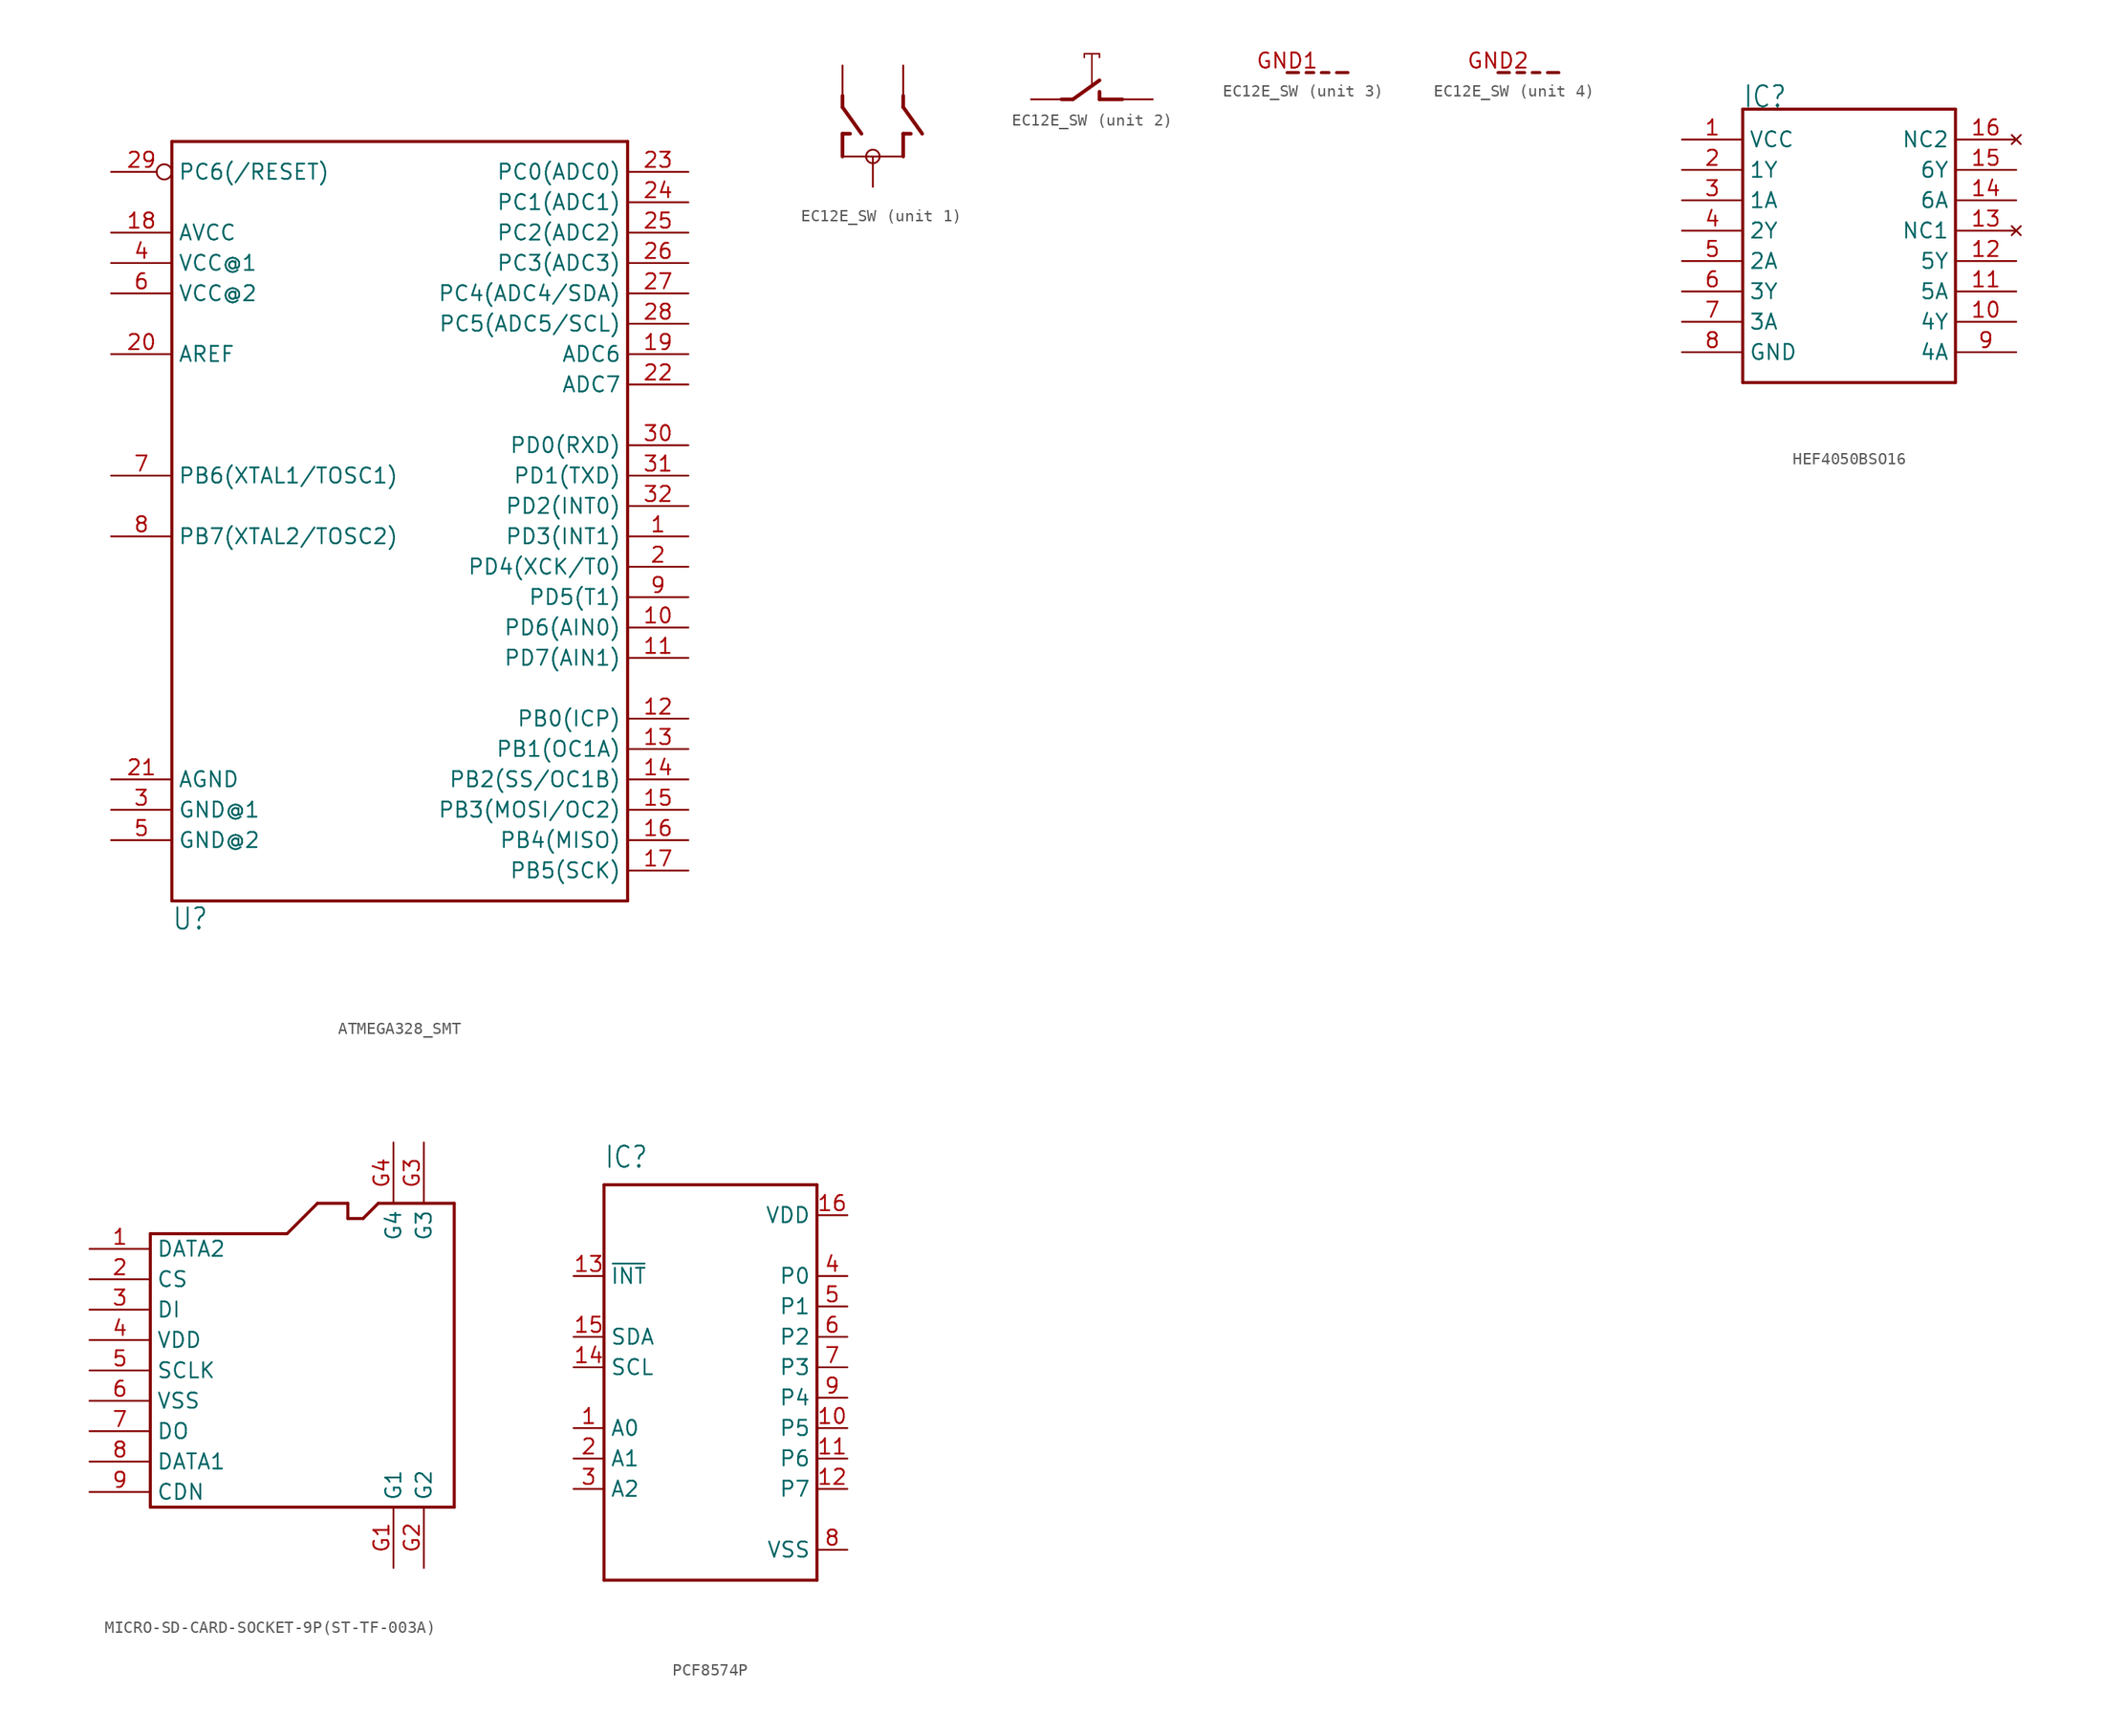
<source format=kicad_sym>
(kicad_symbol_lib
  (version 20220914)
  (generator kicad_symbol_editor)
  (symbol "ATMEGA328_SMT"
    (property "Reference" "U"
      (at -17.78 -38.1 0)
      (effects (font (size 1.778 1.511)) (justify left bottom)))
    (property "Value" ""
      (at -17.78 28.448 0)
      (effects (font (size 1.778 1.511)) (justify left bottom)))
    (property "ki_locked" ""
      (at 0 0 0)
      (effects (font (size 1.27 1.27))))
    (symbol "ATMEGA328_SMT_1_0"
      (polyline (pts (xy -17.78 -35.56) (xy -17.78 27.94)) (stroke (width 0.254) (type solid)) (fill (type none)))
      (polyline (pts (xy -17.78 27.94) (xy 20.32 27.94)) (stroke (width 0.254) (type solid)) (fill (type none)))
      (polyline (pts (xy 20.32 -35.56) (xy -17.78 -35.56)) (stroke (width 0.254) (type solid)) (fill (type none)))
      (polyline (pts (xy 20.32 27.94) (xy 20.32 -35.56)) (stroke (width 0.254) (type solid)) (fill (type none)))
      (pin bidirectional line (at 25.4 -5.08 180) (length 5.08) (name "PD3(INT1)" (effects (font (size 1.27 1.27)))) (number "1" (effects (font (size 1.27 1.27)))))
      (pin bidirectional line (at 25.4 -12.7 180) (length 5.08) (name "PD6(AIN0)" (effects (font (size 1.27 1.27)))) (number "10" (effects (font (size 1.27 1.27)))))
      (pin bidirectional line (at 25.4 -15.24 180) (length 5.08) (name "PD7(AIN1)" (effects (font (size 1.27 1.27)))) (number "11" (effects (font (size 1.27 1.27)))))
      (pin bidirectional line (at 25.4 -20.32 180) (length 5.08) (name "PB0(ICP)" (effects (font (size 1.27 1.27)))) (number "12" (effects (font (size 1.27 1.27)))))
      (pin bidirectional line (at 25.4 -22.86 180) (length 5.08) (name "PB1(OC1A)" (effects (font (size 1.27 1.27)))) (number "13" (effects (font (size 1.27 1.27)))))
      (pin bidirectional line (at 25.4 -25.4 180) (length 5.08) (name "PB2(SS/OC1B)" (effects (font (size 1.27 1.27)))) (number "14" (effects (font (size 1.27 1.27)))))
      (pin bidirectional line (at 25.4 -27.94 180) (length 5.08) (name "PB3(MOSI/OC2)" (effects (font (size 1.27 1.27)))) (number "15" (effects (font (size 1.27 1.27)))))
      (pin bidirectional line (at 25.4 -30.48 180) (length 5.08) (name "PB4(MISO)" (effects (font (size 1.27 1.27)))) (number "16" (effects (font (size 1.27 1.27)))))
      (pin bidirectional line (at 25.4 -33.02 180) (length 5.08) (name "PB5(SCK)" (effects (font (size 1.27 1.27)))) (number "17" (effects (font (size 1.27 1.27)))))
      (pin bidirectional line (at -22.86 20.32 0) (length 5.08) (name "AVCC" (effects (font (size 1.27 1.27)))) (number "18" (effects (font (size 1.27 1.27)))))
      (pin bidirectional line (at 25.4 10.16 180) (length 5.08) (name "ADC6" (effects (font (size 1.27 1.27)))) (number "19" (effects (font (size 1.27 1.27)))))
      (pin bidirectional line (at 25.4 -7.62 180) (length 5.08) (name "PD4(XCK/T0)" (effects (font (size 1.27 1.27)))) (number "2" (effects (font (size 1.27 1.27)))))
      (pin bidirectional line (at -22.86 10.16 0) (length 5.08) (name "AREF" (effects (font (size 1.27 1.27)))) (number "20" (effects (font (size 1.27 1.27)))))
      (pin bidirectional line (at -22.86 -25.4 0) (length 5.08) (name "AGND" (effects (font (size 1.27 1.27)))) (number "21" (effects (font (size 1.27 1.27)))))
      (pin bidirectional line (at 25.4 7.62 180) (length 5.08) (name "ADC7" (effects (font (size 1.27 1.27)))) (number "22" (effects (font (size 1.27 1.27)))))
      (pin bidirectional line (at 25.4 25.4 180) (length 5.08) (name "PC0(ADC0)" (effects (font (size 1.27 1.27)))) (number "23" (effects (font (size 1.27 1.27)))))
      (pin bidirectional line (at 25.4 22.86 180) (length 5.08) (name "PC1(ADC1)" (effects (font (size 1.27 1.27)))) (number "24" (effects (font (size 1.27 1.27)))))
      (pin bidirectional line (at 25.4 20.32 180) (length 5.08) (name "PC2(ADC2)" (effects (font (size 1.27 1.27)))) (number "25" (effects (font (size 1.27 1.27)))))
      (pin bidirectional line (at 25.4 17.78 180) (length 5.08) (name "PC3(ADC3)" (effects (font (size 1.27 1.27)))) (number "26" (effects (font (size 1.27 1.27)))))
      (pin bidirectional line (at 25.4 15.24 180) (length 5.08) (name "PC4(ADC4/SDA)" (effects (font (size 1.27 1.27)))) (number "27" (effects (font (size 1.27 1.27)))))
      (pin bidirectional line (at 25.4 12.7 180) (length 5.08) (name "PC5(ADC5/SCL)" (effects (font (size 1.27 1.27)))) (number "28" (effects (font (size 1.27 1.27)))))
      (pin bidirectional inverted (at -22.86 25.4 0) (length 5.08) (name "PC6(/RESET)" (effects (font (size 1.27 1.27)))) (number "29" (effects (font (size 1.27 1.27)))))
      (pin bidirectional line (at -22.86 -27.94 0) (length 5.08) (name "GND@1" (effects (font (size 1.27 1.27)))) (number "3" (effects (font (size 1.27 1.27)))))
      (pin bidirectional line (at 25.4 2.54 180) (length 5.08) (name "PD0(RXD)" (effects (font (size 1.27 1.27)))) (number "30" (effects (font (size 1.27 1.27)))))
      (pin bidirectional line (at 25.4 0 180) (length 5.08) (name "PD1(TXD)" (effects (font (size 1.27 1.27)))) (number "31" (effects (font (size 1.27 1.27)))))
      (pin bidirectional line (at 25.4 -2.54 180) (length 5.08) (name "PD2(INT0)" (effects (font (size 1.27 1.27)))) (number "32" (effects (font (size 1.27 1.27)))))
      (pin bidirectional line (at -22.86 17.78 0) (length 5.08) (name "VCC@1" (effects (font (size 1.27 1.27)))) (number "4" (effects (font (size 1.27 1.27)))))
      (pin bidirectional line (at -22.86 -30.48 0) (length 5.08) (name "GND@2" (effects (font (size 1.27 1.27)))) (number "5" (effects (font (size 1.27 1.27)))))
      (pin bidirectional line (at -22.86 15.24 0) (length 5.08) (name "VCC@2" (effects (font (size 1.27 1.27)))) (number "6" (effects (font (size 1.27 1.27)))))
      (pin bidirectional line (at -22.86 0 0) (length 5.08) (name "PB6(XTAL1/TOSC1)" (effects (font (size 1.27 1.27)))) (number "7" (effects (font (size 1.27 1.27)))))
      (pin bidirectional line (at -22.86 -5.08 0) (length 5.08) (name "PB7(XTAL2/TOSC2)" (effects (font (size 1.27 1.27)))) (number "8" (effects (font (size 1.27 1.27)))))
      (pin bidirectional line (at 25.4 -10.16 180) (length 5.08) (name "PD5(T1)" (effects (font (size 1.27 1.27)))) (number "9" (effects (font (size 1.27 1.27)))))))
  (symbol "EC12E_SW"
    (property "Reference" "SW"
      (at -5.08 5.08 0)
      (effects (font (size 1.27 1.079)) (justify left bottom) hide))
    (property "ki_locked" ""
      (at 0 0 0)
      (effects (font (size 1.27 1.27))))
    (symbol "EC12E_SW_1_0"
      (polyline (pts (xy -2.54 0) (xy 2.54 0)) (stroke (width 0.152) (type solid)) (fill (type none)))
      (polyline (pts (xy -2.54 1.905) (xy -2.54 0)) (stroke (width 0.305) (type solid)) (fill (type none)))
      (polyline (pts (xy -2.54 4.128) (xy -0.953 1.905)) (stroke (width 0.305) (type solid)) (fill (type none)))
      (polyline (pts (xy -2.54 5.08) (xy -2.54 4.128)) (stroke (width 0.305) (type solid)) (fill (type none)))
      (polyline (pts (xy -1.905 1.905) (xy -2.54 1.905)) (stroke (width 0.305) (type solid)) (fill (type none)))
      (polyline (pts (xy 2.54 1.905) (xy 2.54 0)) (stroke (width 0.305) (type solid)) (fill (type none)))
      (polyline (pts (xy 2.54 4.128) (xy 4.128 1.905)) (stroke (width 0.305) (type solid)) (fill (type none)))
      (polyline (pts (xy 2.54 5.08) (xy 2.54 4.128)) (stroke (width 0.305) (type solid)) (fill (type none)))
      (polyline (pts (xy 3.175 1.905) (xy 2.54 1.905)) (stroke (width 0.305) (type solid)) (fill (type none)))
      (circle (center 0 0) (radius 0.568) (stroke (width 0) (type solid)) (fill (type none)))
      (pin passive line (at -2.54 7.62 270) (length 2.54) (name "A" (effects (font (size 0 0)))) (number "A" (effects (font (size 0 0)))))
      (pin passive line (at 2.54 7.62 270) (length 2.54) (name "B" (effects (font (size 0 0)))) (number "B" (effects (font (size 0 0)))))
      (pin passive line (at 0 -2.54 90) (length 2.54) (name "C" (effects (font (size 0 0)))) (number "C" (effects (font (size 0 0))))))
    (symbol "EC12E_SW_2_0"
      (polyline (pts (xy -2.54 0) (xy -1.587 0)) (stroke (width 0.305) (type solid)) (fill (type none)))
      (polyline (pts (xy -1.587 0) (xy 0.635 1.587)) (stroke (width 0.305) (type solid)) (fill (type none)))
      (polyline (pts (xy -0.635 3.81) (xy -0.635 3.493)) (stroke (width 0.127) (type solid)) (fill (type none)))
      (polyline (pts (xy -0.635 3.81) (xy 0.635 3.81)) (stroke (width 0.127) (type solid)) (fill (type none)))
      (polyline (pts (xy 0 1.27) (xy 0 3.81)) (stroke (width 0.127) (type solid)) (fill (type none)))
      (polyline (pts (xy 0.635 0) (xy 2.54 0)) (stroke (width 0.305) (type solid)) (fill (type none)))
      (polyline (pts (xy 0.635 0.635) (xy 0.635 0)) (stroke (width 0.305) (type solid)) (fill (type none)))
      (polyline (pts (xy 0.635 3.81) (xy 0.635 3.493)) (stroke (width 0.127) (type solid)) (fill (type none)))
      (pin passive line (at 5.08 0 180) (length 2.54) (name "1" (effects (font (size 0 0)))) (number "D" (effects (font (size 0 0)))))
      (pin passive line (at -5.08 0 0) (length 2.54) (name "2" (effects (font (size 0 0)))) (number "E" (effects (font (size 0 0))))))
    (symbol "EC12E_SW_3_0"
      (polyline (pts (xy 0 0) (xy 0.953 0)) (stroke (width 0.254) (type solid)) (fill (type none)))
      (polyline (pts (xy 1.587 0) (xy 2.223 0)) (stroke (width 0.254) (type solid)) (fill (type none)))
      (polyline (pts (xy 2.857 0) (xy 3.493 0)) (stroke (width 0.254) (type solid)) (fill (type none)))
      (polyline (pts (xy 4.128 0) (xy 5.08 0)) (stroke (width 0.254) (type solid)) (fill (type none)))
      (pin passive line (at 0 0 0) (length 0) (name "G" (effects (font (size 0 0)))) (number "GND1" (effects (font (size 1.27 1.27))))))
    (symbol "EC12E_SW_4_0"
      (polyline (pts (xy 0 0) (xy 0.953 0)) (stroke (width 0.254) (type solid)) (fill (type none)))
      (polyline (pts (xy 1.587 0) (xy 2.223 0)) (stroke (width 0.254) (type solid)) (fill (type none)))
      (polyline (pts (xy 2.857 0) (xy 3.493 0)) (stroke (width 0.254) (type solid)) (fill (type none)))
      (polyline (pts (xy 4.128 0) (xy 5.08 0)) (stroke (width 0.254) (type solid)) (fill (type none)))
      (pin passive line (at 0 0 0) (length 0) (name "G" (effects (font (size 0 0)))) (number "GND2" (effects (font (size 1.27 1.27)))))))
  (symbol "HEF4050BSO16"
    (property "Reference" "IC"
      (at -7.62 15.24 0)
      (effects (font (size 1.778 1.511)) (justify left bottom)))
    (property "Value" ""
      (at -7.62 -10.16 0)
      (effects (font (size 1.778 1.511)) (justify left bottom)))
    (property "ki_locked" ""
      (at 0 0 0)
      (effects (font (size 1.27 1.27))))
    (symbol "HEF4050BSO16_1_0"
      (polyline (pts (xy -7.62 -7.62) (xy -7.62 15.24)) (stroke (width 0.254) (type solid)) (fill (type none)))
      (polyline (pts (xy -7.62 15.24) (xy 10.16 15.24)) (stroke (width 0.254) (type solid)) (fill (type none)))
      (polyline (pts (xy 10.16 -7.62) (xy -7.62 -7.62)) (stroke (width 0.254) (type solid)) (fill (type none)))
      (polyline (pts (xy 10.16 15.24) (xy 10.16 -7.62)) (stroke (width 0.254) (type solid)) (fill (type none)))
      (pin power_in line (at -12.7 12.7 0) (length 5.08) (name "VCC" (effects (font (size 1.27 1.27)))) (number "1" (effects (font (size 1.27 1.27)))))
      (pin output line (at 15.24 -2.54 180) (length 5.08) (name "4Y" (effects (font (size 1.27 1.27)))) (number "10" (effects (font (size 1.27 1.27)))))
      (pin input line (at 15.24 0 180) (length 5.08) (name "5A" (effects (font (size 1.27 1.27)))) (number "11" (effects (font (size 1.27 1.27)))))
      (pin output line (at 15.24 2.54 180) (length 5.08) (name "5Y" (effects (font (size 1.27 1.27)))) (number "12" (effects (font (size 1.27 1.27)))))
      (pin no_connect line (at 15.24 5.08 180) (length 5.08) (name "NC1" (effects (font (size 1.27 1.27)))) (number "13" (effects (font (size 1.27 1.27)))))
      (pin input line (at 15.24 7.62 180) (length 5.08) (name "6A" (effects (font (size 1.27 1.27)))) (number "14" (effects (font (size 1.27 1.27)))))
      (pin output line (at 15.24 10.16 180) (length 5.08) (name "6Y" (effects (font (size 1.27 1.27)))) (number "15" (effects (font (size 1.27 1.27)))))
      (pin no_connect line (at 15.24 12.7 180) (length 5.08) (name "NC2" (effects (font (size 1.27 1.27)))) (number "16" (effects (font (size 1.27 1.27)))))
      (pin output line (at -12.7 10.16 0) (length 5.08) (name "1Y" (effects (font (size 1.27 1.27)))) (number "2" (effects (font (size 1.27 1.27)))))
      (pin input line (at -12.7 7.62 0) (length 5.08) (name "1A" (effects (font (size 1.27 1.27)))) (number "3" (effects (font (size 1.27 1.27)))))
      (pin output line (at -12.7 5.08 0) (length 5.08) (name "2Y" (effects (font (size 1.27 1.27)))) (number "4" (effects (font (size 1.27 1.27)))))
      (pin input line (at -12.7 2.54 0) (length 5.08) (name "2A" (effects (font (size 1.27 1.27)))) (number "5" (effects (font (size 1.27 1.27)))))
      (pin output line (at -12.7 0 0) (length 5.08) (name "3Y" (effects (font (size 1.27 1.27)))) (number "6" (effects (font (size 1.27 1.27)))))
      (pin input line (at -12.7 -2.54 0) (length 5.08) (name "3A" (effects (font (size 1.27 1.27)))) (number "7" (effects (font (size 1.27 1.27)))))
      (pin power_in line (at -12.7 -5.08 0) (length 5.08) (name "GND" (effects (font (size 1.27 1.27)))) (number "8" (effects (font (size 1.27 1.27)))))
      (pin input line (at 15.24 -5.08 180) (length 5.08) (name "4A" (effects (font (size 1.27 1.27)))) (number "9" (effects (font (size 1.27 1.27)))))))
  (symbol "MICRO-SD-CARD-SOCKET-9P(ST-TF-003A)"
    (property "Reference" "SD"
      (at -13.97 12.7 0)
      (effects (font (size 1.27 1.079)) (justify left bottom) hide))
    (property "ki_locked" ""
      (at 0 0 0)
      (effects (font (size 1.27 1.27))))
    (symbol "MICRO-SD-CARD-SOCKET-9P(ST-TF-003A)_1_0"
      (polyline (pts (xy -12.7 -11.43) (xy 12.7 -11.43)) (stroke (width 0.254) (type solid)) (fill (type none)))
      (polyline (pts (xy -12.7 11.43) (xy -12.7 -11.43)) (stroke (width 0.254) (type solid)) (fill (type none)))
      (polyline (pts (xy -1.27 11.43) (xy -12.7 11.43)) (stroke (width 0.254) (type solid)) (fill (type none)))
      (polyline (pts (xy 1.27 13.97) (xy -1.27 11.43)) (stroke (width 0.254) (type solid)) (fill (type none)))
      (polyline (pts (xy 3.81 12.7) (xy 3.81 13.97)) (stroke (width 0.254) (type solid)) (fill (type none)))
      (polyline (pts (xy 3.81 13.97) (xy 1.27 13.97)) (stroke (width 0.254) (type solid)) (fill (type none)))
      (polyline (pts (xy 5.08 12.7) (xy 3.81 12.7)) (stroke (width 0.254) (type solid)) (fill (type none)))
      (polyline (pts (xy 6.35 13.97) (xy 5.08 12.7)) (stroke (width 0.254) (type solid)) (fill (type none)))
      (polyline (pts (xy 12.7 -11.43) (xy 12.7 13.97)) (stroke (width 0.254) (type solid)) (fill (type none)))
      (polyline (pts (xy 12.7 13.97) (xy 6.35 13.97)) (stroke (width 0.254) (type solid)) (fill (type none)))
      (pin bidirectional line (at -17.78 10.16 0) (length 5.08) (name "DATA2" (effects (font (size 1.27 1.27)))) (number "1" (effects (font (size 1.27 1.27)))))
      (pin bidirectional line (at -17.78 7.62 0) (length 5.08) (name "CS" (effects (font (size 1.27 1.27)))) (number "2" (effects (font (size 1.27 1.27)))))
      (pin bidirectional line (at -17.78 5.08 0) (length 5.08) (name "DI" (effects (font (size 1.27 1.27)))) (number "3" (effects (font (size 1.27 1.27)))))
      (pin bidirectional line (at -17.78 2.54 0) (length 5.08) (name "VDD" (effects (font (size 1.27 1.27)))) (number "4" (effects (font (size 1.27 1.27)))))
      (pin bidirectional line (at -17.78 0 0) (length 5.08) (name "SCLK" (effects (font (size 1.27 1.27)))) (number "5" (effects (font (size 1.27 1.27)))))
      (pin bidirectional line (at -17.78 -2.54 0) (length 5.08) (name "VSS" (effects (font (size 1.27 1.27)))) (number "6" (effects (font (size 1.27 1.27)))))
      (pin bidirectional line (at -17.78 -5.08 0) (length 5.08) (name "DO" (effects (font (size 1.27 1.27)))) (number "7" (effects (font (size 1.27 1.27)))))
      (pin bidirectional line (at -17.78 -7.62 0) (length 5.08) (name "DATA1" (effects (font (size 1.27 1.27)))) (number "8" (effects (font (size 1.27 1.27)))))
      (pin bidirectional line (at -17.78 -10.16 0) (length 5.08) (name "CDN" (effects (font (size 1.27 1.27)))) (number "9" (effects (font (size 1.27 1.27)))))
      (pin bidirectional line (at 7.62 -16.51 90) (length 5.08) (name "G1" (effects (font (size 1.27 1.27)))) (number "G1" (effects (font (size 1.27 1.27)))))
      (pin bidirectional line (at 10.16 -16.51 90) (length 5.08) (name "G2" (effects (font (size 1.27 1.27)))) (number "G2" (effects (font (size 1.27 1.27)))))
      (pin bidirectional line (at 10.16 19.05 270) (length 5.08) (name "G3" (effects (font (size 1.27 1.27)))) (number "G3" (effects (font (size 1.27 1.27)))))
      (pin bidirectional line (at 7.62 19.05 270) (length 5.08) (name "G4" (effects (font (size 1.27 1.27)))) (number "G4" (effects (font (size 1.27 1.27)))))))
  (symbol "PCF8574P"
    (property "Reference" "IC"
      (at -7.62 16.51 0)
      (effects (font (size 1.778 1.511)) (justify left bottom)))
    (property "Value" ""
      (at -7.62 -20.32 0)
      (effects (font (size 1.778 1.511)) (justify left bottom)))
    (property "ki_locked" ""
      (at 0 0 0)
      (effects (font (size 1.27 1.27))))
    (symbol "PCF8574P_1_0"
      (polyline (pts (xy -7.62 -17.78) (xy -7.62 15.24)) (stroke (width 0.254) (type solid)) (fill (type none)))
      (polyline (pts (xy -7.62 15.24) (xy 10.16 15.24)) (stroke (width 0.254) (type solid)) (fill (type none)))
      (polyline (pts (xy 10.16 -17.78) (xy -7.62 -17.78)) (stroke (width 0.254) (type solid)) (fill (type none)))
      (polyline (pts (xy 10.16 15.24) (xy 10.16 -17.78)) (stroke (width 0.254) (type solid)) (fill (type none)))
      (pin input line (at -10.16 -5.08 0) (length 2.54) (name "A0" (effects (font (size 1.27 1.27)))) (number "1" (effects (font (size 1.27 1.27)))))
      (pin bidirectional line (at 12.7 -5.08 180) (length 2.54) (name "P5" (effects (font (size 1.27 1.27)))) (number "10" (effects (font (size 1.27 1.27)))))
      (pin bidirectional line (at 12.7 -7.62 180) (length 2.54) (name "P6" (effects (font (size 1.27 1.27)))) (number "11" (effects (font (size 1.27 1.27)))))
      (pin bidirectional line (at 12.7 -10.16 180) (length 2.54) (name "P7" (effects (font (size 1.27 1.27)))) (number "12" (effects (font (size 1.27 1.27)))))
      (pin output line (at -10.16 7.62 0) (length 2.54) (name "~{INT}" (effects (font (size 1.27 1.27)))) (number "13" (effects (font (size 1.27 1.27)))))
      (pin input line (at -10.16 0 0) (length 2.54) (name "SCL" (effects (font (size 1.27 1.27)))) (number "14" (effects (font (size 1.27 1.27)))))
      (pin bidirectional line (at -10.16 2.54 0) (length 2.54) (name "SDA" (effects (font (size 1.27 1.27)))) (number "15" (effects (font (size 1.27 1.27)))))
      (pin power_in line (at 12.7 12.7 180) (length 2.54) (name "VDD" (effects (font (size 1.27 1.27)))) (number "16" (effects (font (size 1.27 1.27)))))
      (pin input line (at -10.16 -7.62 0) (length 2.54) (name "A1" (effects (font (size 1.27 1.27)))) (number "2" (effects (font (size 1.27 1.27)))))
      (pin input line (at -10.16 -10.16 0) (length 2.54) (name "A2" (effects (font (size 1.27 1.27)))) (number "3" (effects (font (size 1.27 1.27)))))
      (pin bidirectional line (at 12.7 7.62 180) (length 2.54) (name "P0" (effects (font (size 1.27 1.27)))) (number "4" (effects (font (size 1.27 1.27)))))
      (pin bidirectional line (at 12.7 5.08 180) (length 2.54) (name "P1" (effects (font (size 1.27 1.27)))) (number "5" (effects (font (size 1.27 1.27)))))
      (pin bidirectional line (at 12.7 2.54 180) (length 2.54) (name "P2" (effects (font (size 1.27 1.27)))) (number "6" (effects (font (size 1.27 1.27)))))
      (pin bidirectional line (at 12.7 0 180) (length 2.54) (name "P3" (effects (font (size 1.27 1.27)))) (number "7" (effects (font (size 1.27 1.27)))))
      (pin power_in line (at 12.7 -15.24 180) (length 2.54) (name "VSS" (effects (font (size 1.27 1.27)))) (number "8" (effects (font (size 1.27 1.27)))))
      (pin bidirectional line (at 12.7 -2.54 180) (length 2.54) (name "P4" (effects (font (size 1.27 1.27)))) (number "9" (effects (font (size 1.27 1.27))))))))
</source>
